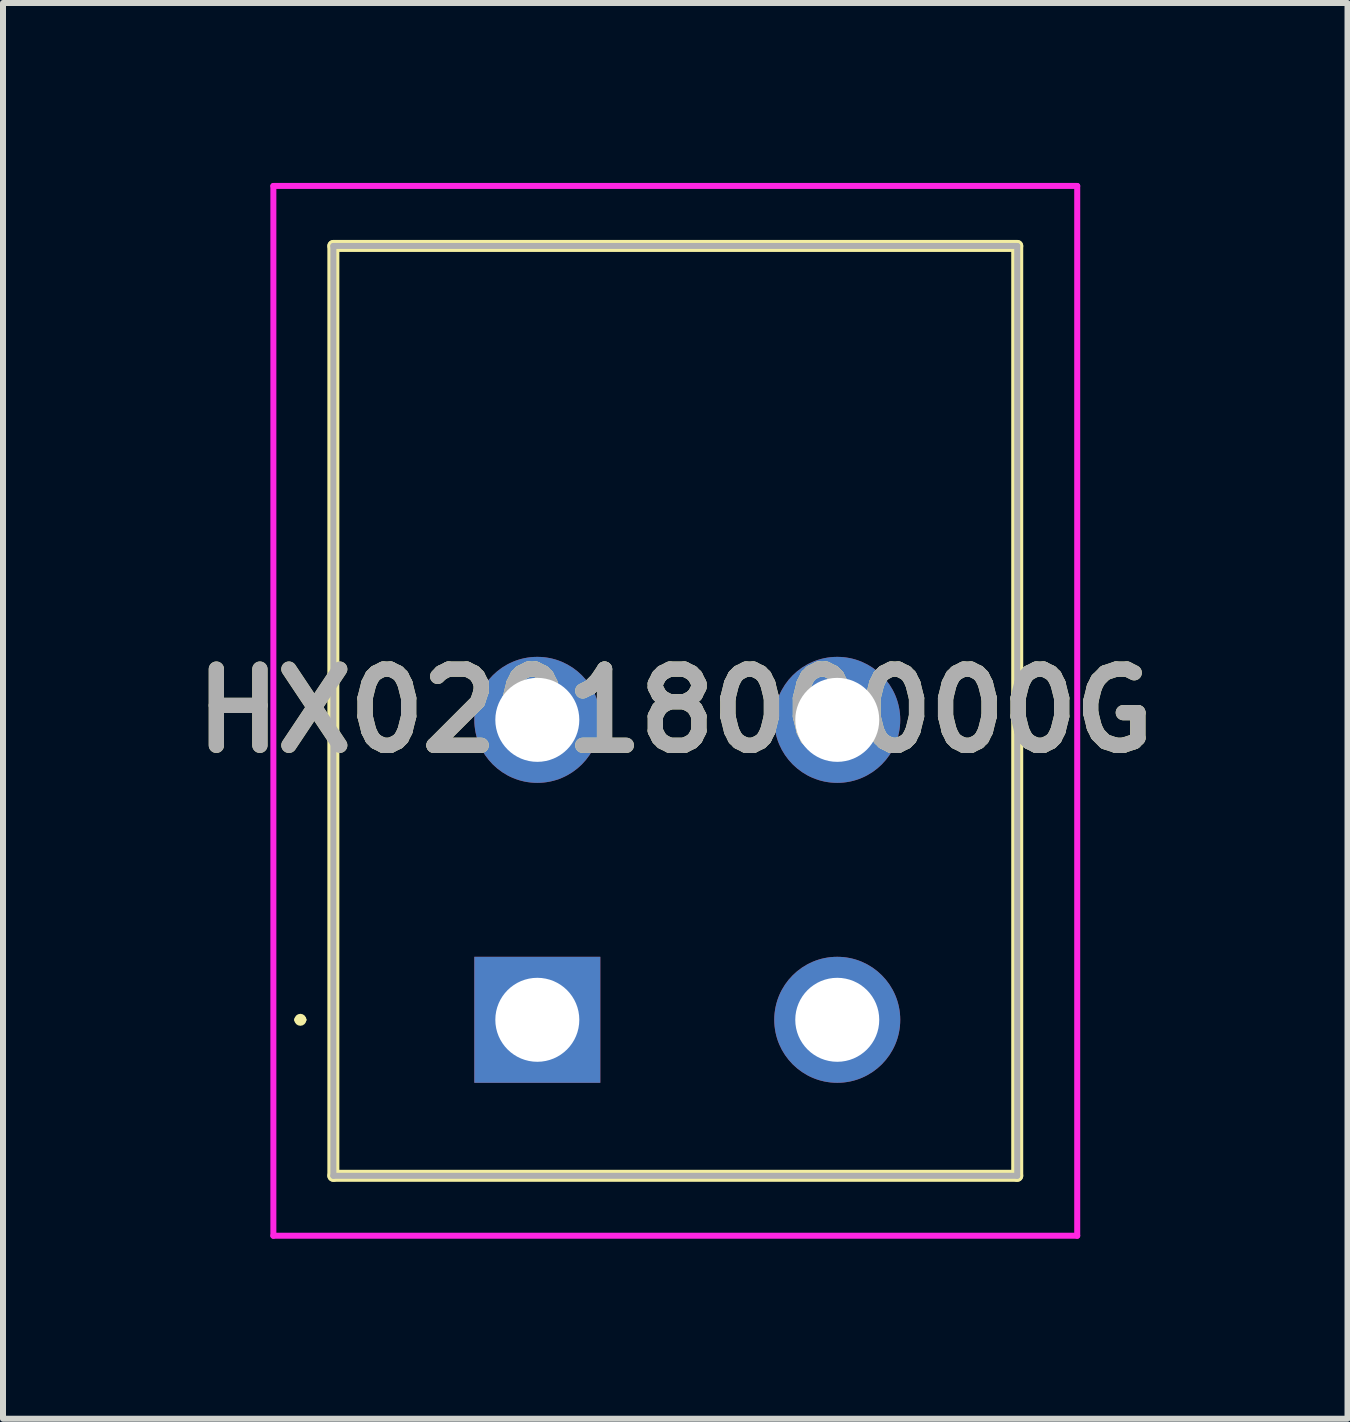
<source format=kicad_pcb>
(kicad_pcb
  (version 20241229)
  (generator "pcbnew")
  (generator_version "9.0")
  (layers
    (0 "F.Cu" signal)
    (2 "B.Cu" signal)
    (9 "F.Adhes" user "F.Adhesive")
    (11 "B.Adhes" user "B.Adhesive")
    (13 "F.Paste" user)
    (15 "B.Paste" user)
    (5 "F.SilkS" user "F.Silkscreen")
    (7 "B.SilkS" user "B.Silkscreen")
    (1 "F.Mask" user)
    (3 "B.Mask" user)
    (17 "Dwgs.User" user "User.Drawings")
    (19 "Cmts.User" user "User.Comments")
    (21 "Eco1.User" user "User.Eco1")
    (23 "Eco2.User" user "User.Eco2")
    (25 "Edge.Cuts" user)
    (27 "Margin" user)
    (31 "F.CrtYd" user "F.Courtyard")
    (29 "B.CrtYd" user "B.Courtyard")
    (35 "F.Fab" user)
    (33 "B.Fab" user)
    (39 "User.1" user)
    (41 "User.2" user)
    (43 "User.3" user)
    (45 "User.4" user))
  (footprint "HX0201800000G"
    (layer "F.Cu")
    (at 5.907 13.95)
    (property "Reference" "HX0201800000G" (at 2.3 -5.15 0) (layer "F.SilkS") (effects (font (size 1.27 1.27) (thickness 0.254))))
    (attr through_hole)
    (fp_line (start -4 0) (end -4 0) (stroke (width 0.1) (type solid)) (layer "F.SilkS"))
    (fp_line (start -3.9 0) (end -3.9 0) (stroke (width 0.1) (type solid)) (layer "F.SilkS"))
    (fp_line (start -3.4 -12.9) (end 8 -12.9) (stroke (width 0.2) (type solid)) (layer "F.SilkS"))
    (fp_line (start -3.4 2.6) (end -3.4 -12.9) (stroke (width 0.2) (type solid)) (layer "F.SilkS"))
    (fp_line (start 8 -12.9) (end 8 2.6) (stroke (width 0.2) (type solid)) (layer "F.SilkS"))
    (fp_line (start 8 2.6) (end -3.4 2.6) (stroke (width 0.2) (type solid)) (layer "F.SilkS"))
    (fp_arc (start -4 0) (mid -3.95 -0.05) (end -3.9 0) (stroke (width 0.1) (type solid)) (layer "F.SilkS"))
    (fp_arc (start -3.9 0) (mid -3.95 0.05) (end -4 0) (stroke (width 0.1) (type solid)) (layer "F.SilkS"))
    (fp_line (start -4.4 -13.9) (end 9 -13.9) (stroke (width 0.1) (type solid)) (layer "F.CrtYd"))
    (fp_line (start -4.4 3.6) (end -4.4 -13.9) (stroke (width 0.1) (type solid)) (layer "F.CrtYd"))
    (fp_line (start 9 -13.9) (end 9 3.6) (stroke (width 0.1) (type solid)) (layer "F.CrtYd"))
    (fp_line (start 9 3.6) (end -4.4 3.6) (stroke (width 0.1) (type solid)) (layer "F.CrtYd"))
    (fp_line (start -3.4 -12.9) (end 8 -12.9) (stroke (width 0.1) (type solid)) (layer "F.Fab"))
    (fp_line (start -3.4 2.6) (end -3.4 -12.9) (stroke (width 0.1) (type solid)) (layer "F.Fab"))
    (fp_line (start 8 -12.9) (end 8 2.6) (stroke (width 0.1) (type solid)) (layer "F.Fab"))
    (fp_line (start 8 2.6) (end -3.4 2.6) (stroke (width 0.1) (type solid)) (layer "F.Fab"))
    (fp_text user "${REFERENCE}" (at 2.3 -5.15 0) (layer "F.Fab") (effects (font (size 1.27 1.27) (thickness 0.254))))
    (pad "1" thru_hole rect (at 0 0) (size 2.1 2.1) (drill 1.4) (layers "*.Cu" "*.Mask"))
    (pad "2" thru_hole circle (at 0 -5) (size 2.1 2.1) (drill 1.4) (layers "*.Cu" "*.Mask"))
    (pad "3" thru_hole circle (at 5 0) (size 2.1 2.1) (drill 1.4) (layers "*.Cu" "*.Mask"))
    (pad "4" thru_hole circle (at 5 -5) (size 2.1 2.1) (drill 1.4) (layers "*.Cu" "*.Mask")))
  (gr_rect
    (start -3 -3)
    (end 19.413 20.6)
    (stroke (width 0.1) (type default))
    (fill no)
    (layer "Edge.Cuts")))
</source>
